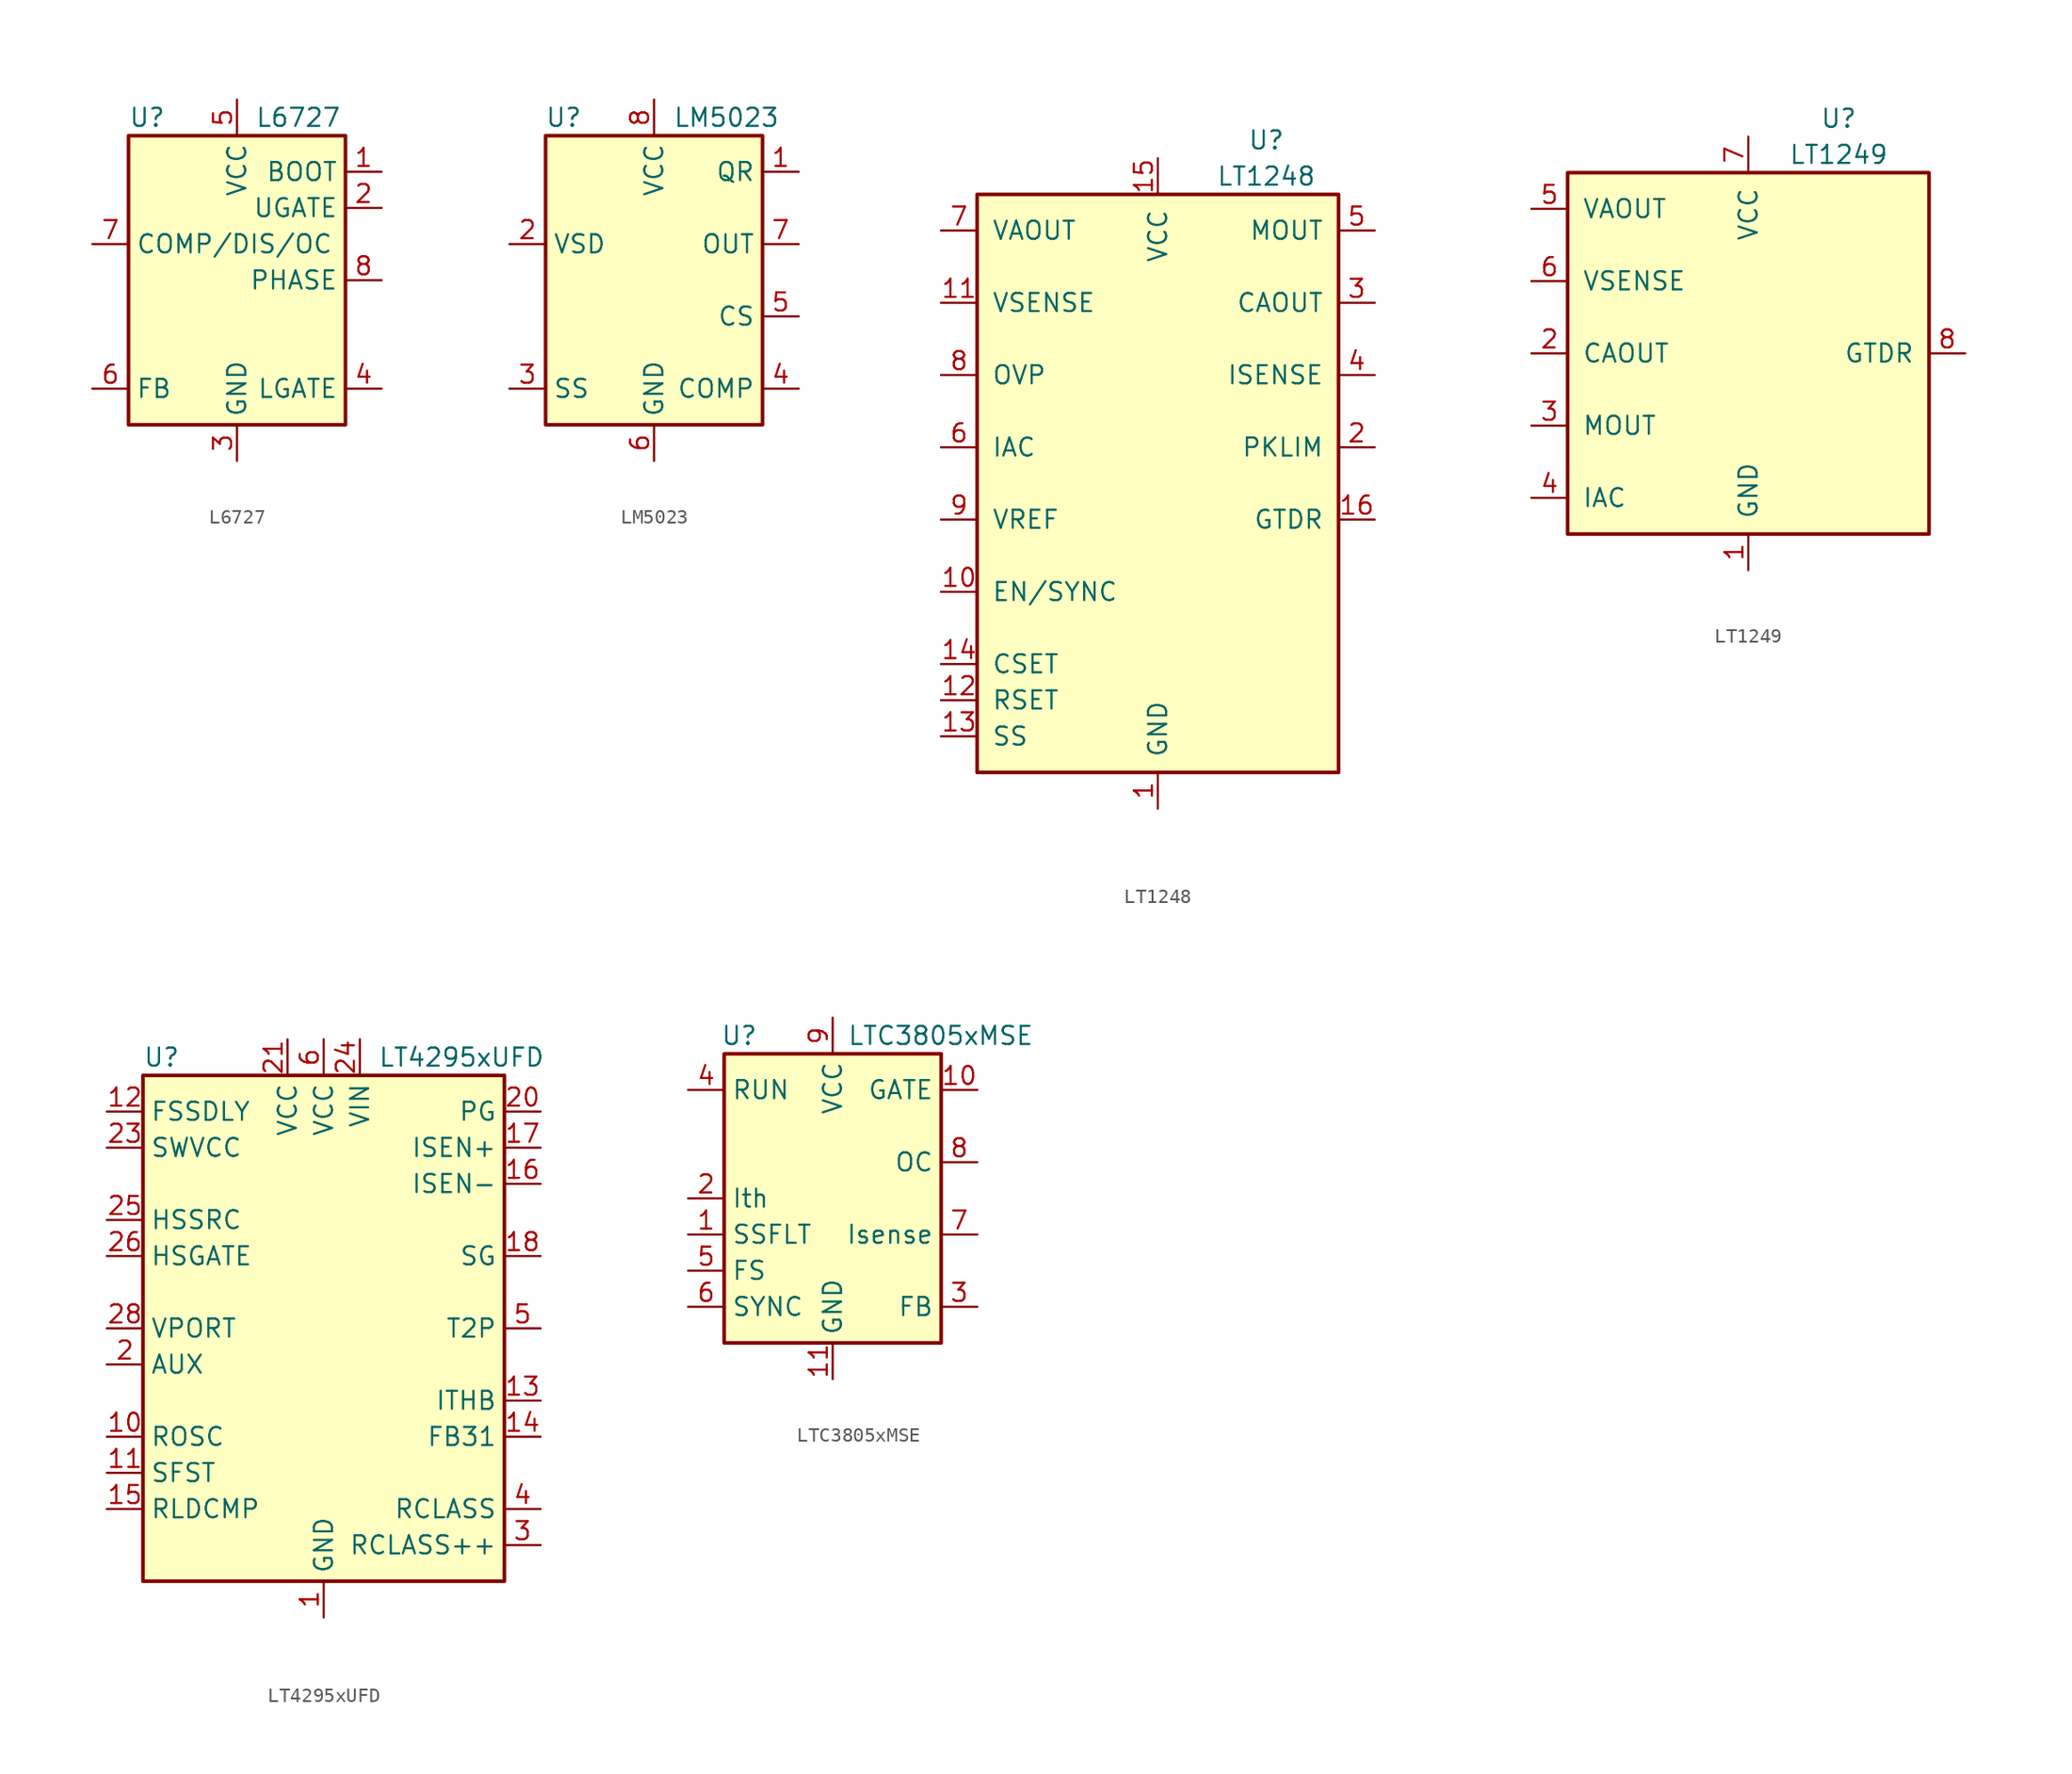
<source format=kicad_sym>
(kicad_symbol_lib
  (version 20220914)
  (generator kicad_symbol_editor)
  (symbol "L6727"
    (property "Reference" "U"
      (at -7.62 11.43 0)
      (effects (font (size 1.27 1.27)) (justify left)))
    (property "Value" "L6727"
      (at 1.27 11.43 0)
      (effects (font (size 1.27 1.27)) (justify left)))
    (symbol "L6727_0_0"
      (rectangle (start -7.62 10.16) (end 7.62 -10.16) (stroke (width 0.254) (type default)) (fill (type background))))
    (symbol "L6727_1_1"
      (pin input line (at 10.16 7.62 180) (length 2.54) (name "BOOT" (effects (font (size 1.27 1.27)))) (number "1" (effects (font (size 1.27 1.27)))))
      (pin output line (at 10.16 5.08 180) (length 2.54) (name "UGATE" (effects (font (size 1.27 1.27)))) (number "2" (effects (font (size 1.27 1.27)))))
      (pin power_in line (at 0 -12.7 90) (length 2.54) (name "GND" (effects (font (size 1.27 1.27)))) (number "3" (effects (font (size 1.27 1.27)))))
      (pin output line (at 10.16 -7.62 180) (length 2.54) (name "LGATE" (effects (font (size 1.27 1.27)))) (number "4" (effects (font (size 1.27 1.27)))))
      (pin power_in line (at 0 12.7 270) (length 2.54) (name "VCC" (effects (font (size 1.27 1.27)))) (number "5" (effects (font (size 1.27 1.27)))))
      (pin input line (at -10.16 -7.62 0) (length 2.54) (name "FB" (effects (font (size 1.27 1.27)))) (number "6" (effects (font (size 1.27 1.27)))))
      (pin input line (at -10.16 2.54 0) (length 2.54) (name "COMP/DIS/OC" (effects (font (size 1.27 1.27)))) (number "7" (effects (font (size 1.27 1.27)))))
      (pin passive line (at 10.16 0 180) (length 2.54) (name "PHASE" (effects (font (size 1.27 1.27)))) (number "8" (effects (font (size 1.27 1.27)))))))
  (symbol "LM5023"
    (property "Reference" "U"
      (at -6.35 11.43 0)
      (effects (font (size 1.27 1.27))))
    (property "Value" "LM5023"
      (at 5.08 11.43 0)
      (effects (font (size 1.27 1.27))))
    (symbol "LM5023_0_0"
      (pin input line (at 10.16 7.62 180) (length 2.54) (name "QR" (effects (font (size 1.27 1.27)))) (number "1" (effects (font (size 1.27 1.27)))))
      (pin output line (at -10.16 2.54 0) (length 2.54) (name "VSD" (effects (font (size 1.27 1.27)))) (number "2" (effects (font (size 1.27 1.27)))))
      (pin passive line (at -10.16 -7.62 0) (length 2.54) (name "SS" (effects (font (size 1.27 1.27)))) (number "3" (effects (font (size 1.27 1.27)))))
      (pin input line (at 10.16 -7.62 180) (length 2.54) (name "COMP" (effects (font (size 1.27 1.27)))) (number "4" (effects (font (size 1.27 1.27)))))
      (pin input line (at 10.16 -2.54 180) (length 2.54) (name "CS" (effects (font (size 1.27 1.27)))) (number "5" (effects (font (size 1.27 1.27)))))
      (pin power_in line (at 0 -12.7 90) (length 2.54) (name "GND" (effects (font (size 1.27 1.27)))) (number "6" (effects (font (size 1.27 1.27)))))
      (pin output line (at 10.16 2.54 180) (length 2.54) (name "OUT" (effects (font (size 1.27 1.27)))) (number "7" (effects (font (size 1.27 1.27)))))
      (pin power_in line (at 0 12.7 270) (length 2.54) (name "VCC" (effects (font (size 1.27 1.27)))) (number "8" (effects (font (size 1.27 1.27))))))
    (symbol "LM5023_0_1"
      (rectangle (start -7.62 10.16) (end 7.62 -10.16) (stroke (width 0.254) (type default)) (fill (type background)))))
  (symbol "LT1248"
    (pin_names
      (offset 1.016))
    (property "Reference" "U"
      (at 7.62 24.13 0)
      (effects (font (size 1.27 1.27))))
    (property "Value" "LT1248"
      (at 7.62 21.59 0)
      (effects (font (size 1.27 1.27))))
    (symbol "LT1248_0_1"
      (rectangle (start -12.7 20.32) (end 12.7 -20.32) (stroke (width 0.254) (type default)) (fill (type background))))
    (symbol "LT1248_1_1"
      (pin power_in line (at 0 -22.86 90) (length 2.54) (name "GND" (effects (font (size 1.27 1.27)))) (number "1" (effects (font (size 1.27 1.27)))))
      (pin input line (at -15.24 -7.62 0) (length 2.54) (name "EN/SYNC" (effects (font (size 1.27 1.27)))) (number "10" (effects (font (size 1.27 1.27)))))
      (pin input line (at -15.24 12.7 0) (length 2.54) (name "VSENSE" (effects (font (size 1.27 1.27)))) (number "11" (effects (font (size 1.27 1.27)))))
      (pin passive line (at -15.24 -15.24 0) (length 2.54) (name "RSET" (effects (font (size 1.27 1.27)))) (number "12" (effects (font (size 1.27 1.27)))))
      (pin passive line (at -15.24 -17.78 0) (length 2.54) (name "SS" (effects (font (size 1.27 1.27)))) (number "13" (effects (font (size 1.27 1.27)))))
      (pin passive line (at -15.24 -12.7 0) (length 2.54) (name "CSET" (effects (font (size 1.27 1.27)))) (number "14" (effects (font (size 1.27 1.27)))))
      (pin power_in line (at 0 22.86 270) (length 2.54) (name "VCC" (effects (font (size 1.27 1.27)))) (number "15" (effects (font (size 1.27 1.27)))))
      (pin output line (at 15.24 -2.54 180) (length 2.54) (name "GTDR" (effects (font (size 1.27 1.27)))) (number "16" (effects (font (size 1.27 1.27)))))
      (pin input line (at 15.24 2.54 180) (length 2.54) (name "PKLIM" (effects (font (size 1.27 1.27)))) (number "2" (effects (font (size 1.27 1.27)))))
      (pin output line (at 15.24 12.7 180) (length 2.54) (name "CAOUT" (effects (font (size 1.27 1.27)))) (number "3" (effects (font (size 1.27 1.27)))))
      (pin input line (at 15.24 7.62 180) (length 2.54) (name "ISENSE" (effects (font (size 1.27 1.27)))) (number "4" (effects (font (size 1.27 1.27)))))
      (pin input line (at 15.24 17.78 180) (length 2.54) (name "MOUT" (effects (font (size 1.27 1.27)))) (number "5" (effects (font (size 1.27 1.27)))))
      (pin input line (at -15.24 2.54 0) (length 2.54) (name "IAC" (effects (font (size 1.27 1.27)))) (number "6" (effects (font (size 1.27 1.27)))))
      (pin output line (at -15.24 17.78 0) (length 2.54) (name "VAOUT" (effects (font (size 1.27 1.27)))) (number "7" (effects (font (size 1.27 1.27)))))
      (pin input line (at -15.24 7.62 0) (length 2.54) (name "OVP" (effects (font (size 1.27 1.27)))) (number "8" (effects (font (size 1.27 1.27)))))
      (pin power_out line (at -15.24 -2.54 0) (length 2.54) (name "VREF" (effects (font (size 1.27 1.27)))) (number "9" (effects (font (size 1.27 1.27)))))))
  (symbol "LT1249"
    (pin_names
      (offset 1.016))
    (property "Reference" "U"
      (at 6.35 16.51 0)
      (effects (font (size 1.27 1.27))))
    (property "Value" "LT1249"
      (at 6.35 13.97 0)
      (effects (font (size 1.27 1.27))))
    (symbol "LT1249_0_1"
      (rectangle (start -12.7 12.7) (end 12.7 -12.7) (stroke (width 0.254) (type default)) (fill (type background))))
    (symbol "LT1249_1_1"
      (pin power_in line (at 0 -15.24 90) (length 2.54) (name "GND" (effects (font (size 1.27 1.27)))) (number "1" (effects (font (size 1.27 1.27)))))
      (pin output line (at -15.24 0 0) (length 2.54) (name "CAOUT" (effects (font (size 1.27 1.27)))) (number "2" (effects (font (size 1.27 1.27)))))
      (pin input line (at -15.24 -5.08 0) (length 2.54) (name "MOUT" (effects (font (size 1.27 1.27)))) (number "3" (effects (font (size 1.27 1.27)))))
      (pin input line (at -15.24 -10.16 0) (length 2.54) (name "IAC" (effects (font (size 1.27 1.27)))) (number "4" (effects (font (size 1.27 1.27)))))
      (pin output line (at -15.24 10.16 0) (length 2.54) (name "VAOUT" (effects (font (size 1.27 1.27)))) (number "5" (effects (font (size 1.27 1.27)))))
      (pin input line (at -15.24 5.08 0) (length 2.54) (name "VSENSE" (effects (font (size 1.27 1.27)))) (number "6" (effects (font (size 1.27 1.27)))))
      (pin power_in line (at 0 15.24 270) (length 2.54) (name "VCC" (effects (font (size 1.27 1.27)))) (number "7" (effects (font (size 1.27 1.27)))))
      (pin output line (at 15.24 0 180) (length 2.54) (name "GTDR" (effects (font (size 1.27 1.27)))) (number "8" (effects (font (size 1.27 1.27)))))))
  (symbol "LT4295xUFD"
    (property "Reference" "U"
      (at -12.7 19.05 0)
      (effects (font (size 1.27 1.27)) (justify left)))
    (property "Value" "LT4295xUFD"
      (at 3.81 19.05 0)
      (effects (font (size 1.27 1.27)) (justify left)))
    (symbol "LT4295xUFD_0_1"
      (rectangle (start -12.7 17.78) (end 12.7 -17.78) (stroke (width 0.254) (type default)) (fill (type background))))
    (symbol "LT4295xUFD_1_1"
      (pin power_in line (at 0 -20.32 90) (length 2.54) (name "GND" (effects (font (size 1.27 1.27)))) (number "1" (effects (font (size 1.27 1.27)))))
      (pin passive line (at -15.24 -7.62 0) (length 2.54) (name "ROSC" (effects (font (size 1.27 1.27)))) (number "10" (effects (font (size 1.27 1.27)))))
      (pin passive line (at -15.24 -10.16 0) (length 2.54) (name "SFST" (effects (font (size 1.27 1.27)))) (number "11" (effects (font (size 1.27 1.27)))))
      (pin input line (at -15.24 15.24 0) (length 2.54) (name "FSSDLY" (effects (font (size 1.27 1.27)))) (number "12" (effects (font (size 1.27 1.27)))))
      (pin input line (at 15.24 -5.08 180) (length 2.54) (name "ITHB" (effects (font (size 1.27 1.27)))) (number "13" (effects (font (size 1.27 1.27)))))
      (pin passive line (at 15.24 -7.62 180) (length 2.54) (name "FB31" (effects (font (size 1.27 1.27)))) (number "14" (effects (font (size 1.27 1.27)))))
      (pin passive line (at -15.24 -12.7 0) (length 2.54) (name "RLDCMP" (effects (font (size 1.27 1.27)))) (number "15" (effects (font (size 1.27 1.27)))))
      (pin passive line (at 15.24 10.16 180) (length 2.54) (name "ISEN-" (effects (font (size 1.27 1.27)))) (number "16" (effects (font (size 1.27 1.27)))))
      (pin passive line (at 15.24 12.7 180) (length 2.54) (name "ISEN+" (effects (font (size 1.27 1.27)))) (number "17" (effects (font (size 1.27 1.27)))))
      (pin output line (at 15.24 5.08 180) (length 2.54) (name "SG" (effects (font (size 1.27 1.27)))) (number "18" (effects (font (size 1.27 1.27)))))
      (pin passive line (at 0 -20.32 90) (length 2.54) hide (name "GND" (effects (font (size 1.27 1.27)))) (number "19" (effects (font (size 1.27 1.27)))))
      (pin input line (at -15.24 -2.54 0) (length 2.54) (name "AUX" (effects (font (size 1.27 1.27)))) (number "2" (effects (font (size 1.27 1.27)))))
      (pin output line (at 15.24 15.24 180) (length 2.54) (name "PG" (effects (font (size 1.27 1.27)))) (number "20" (effects (font (size 1.27 1.27)))))
      (pin power_in line (at -2.54 20.32 270) (length 2.54) (name "VCC" (effects (font (size 1.27 1.27)))) (number "21" (effects (font (size 1.27 1.27)))))
      (pin no_connect line (at -12.7 -15.24 0) (length 2.54) hide (name "DNC" (effects (font (size 1.27 1.27)))) (number "22" (effects (font (size 1.27 1.27)))))
      (pin output line (at -15.24 12.7 0) (length 2.54) (name "SWVCC" (effects (font (size 1.27 1.27)))) (number "23" (effects (font (size 1.27 1.27)))))
      (pin power_in line (at 2.54 20.32 270) (length 2.54) (name "VIN" (effects (font (size 1.27 1.27)))) (number "24" (effects (font (size 1.27 1.27)))))
      (pin input line (at -15.24 7.62 0) (length 2.54) (name "HSSRC" (effects (font (size 1.27 1.27)))) (number "25" (effects (font (size 1.27 1.27)))))
      (pin output line (at -15.24 5.08 0) (length 2.54) (name "HSGATE" (effects (font (size 1.27 1.27)))) (number "26" (effects (font (size 1.27 1.27)))))
      (pin no_connect line (at -12.7 -17.78 0) (length 2.54) hide (name "NC" (effects (font (size 1.27 1.27)))) (number "27" (effects (font (size 1.27 1.27)))))
      (pin input line (at -15.24 0 0) (length 2.54) (name "VPORT" (effects (font (size 1.27 1.27)))) (number "28" (effects (font (size 1.27 1.27)))))
      (pin passive line (at 0 -20.32 90) (length 2.54) hide (name "GND" (effects (font (size 1.27 1.27)))) (number "29" (effects (font (size 1.27 1.27)))))
      (pin passive line (at 15.24 -15.24 180) (length 2.54) (name "RCLASS++" (effects (font (size 1.27 1.27)))) (number "3" (effects (font (size 1.27 1.27)))))
      (pin passive line (at 15.24 -12.7 180) (length 2.54) (name "RCLASS" (effects (font (size 1.27 1.27)))) (number "4" (effects (font (size 1.27 1.27)))))
      (pin open_collector line (at 15.24 0 180) (length 2.54) (name "T2P" (effects (font (size 1.27 1.27)))) (number "5" (effects (font (size 1.27 1.27)))))
      (pin power_in line (at 0 20.32 270) (length 2.54) (name "VCC" (effects (font (size 1.27 1.27)))) (number "6" (effects (font (size 1.27 1.27)))))
      (pin passive line (at 0 20.32 270) (length 2.54) hide (name "VCC" (effects (font (size 1.27 1.27)))) (number "7" (effects (font (size 1.27 1.27)))))
      (pin passive line (at 0 20.32 270) (length 2.54) hide (name "VCC" (effects (font (size 1.27 1.27)))) (number "8" (effects (font (size 1.27 1.27)))))
      (pin passive line (at 0 20.32 270) (length 2.54) hide (name "VCC" (effects (font (size 1.27 1.27)))) (number "9" (effects (font (size 1.27 1.27)))))))
  (symbol "LTC3805xMSE"
    (property "Reference" "U"
      (at -7.874 11.43 0)
      (effects (font (size 1.27 1.27)) (justify left)))
    (property "Value" "LTC3805xMSE"
      (at 1.016 11.43 0)
      (effects (font (size 1.27 1.27)) (justify left)))
    (symbol "LTC3805xMSE_0_1"
      (rectangle (start -7.62 10.16) (end 7.62 -10.16) (stroke (width 0.254) (type default)) (fill (type background))))
    (symbol "LTC3805xMSE_1_1"
      (pin passive line (at -10.16 -2.54 0) (length 2.54) (name "SSFLT" (effects (font (size 1.27 1.27)))) (number "1" (effects (font (size 1.27 1.27)))))
      (pin output line (at 10.16 7.62 180) (length 2.54) (name "GATE" (effects (font (size 1.27 1.27)))) (number "10" (effects (font (size 1.27 1.27)))))
      (pin power_in line (at 0 -12.7 90) (length 2.54) (name "GND" (effects (font (size 1.27 1.27)))) (number "11" (effects (font (size 1.27 1.27)))))
      (pin passive line (at -10.16 0 0) (length 2.54) (name "Ith" (effects (font (size 1.27 1.27)))) (number "2" (effects (font (size 1.27 1.27)))))
      (pin input line (at 10.16 -7.62 180) (length 2.54) (name "FB" (effects (font (size 1.27 1.27)))) (number "3" (effects (font (size 1.27 1.27)))))
      (pin input line (at -10.16 7.62 0) (length 2.54) (name "RUN" (effects (font (size 1.27 1.27)))) (number "4" (effects (font (size 1.27 1.27)))))
      (pin passive line (at -10.16 -5.08 0) (length 2.54) (name "FS" (effects (font (size 1.27 1.27)))) (number "5" (effects (font (size 1.27 1.27)))))
      (pin input line (at -10.16 -7.62 0) (length 2.54) (name "SYNC" (effects (font (size 1.27 1.27)))) (number "6" (effects (font (size 1.27 1.27)))))
      (pin input line (at 10.16 -2.54 180) (length 2.54) (name "Isense" (effects (font (size 1.27 1.27)))) (number "7" (effects (font (size 1.27 1.27)))))
      (pin input line (at 10.16 2.54 180) (length 2.54) (name "OC" (effects (font (size 1.27 1.27)))) (number "8" (effects (font (size 1.27 1.27)))))
      (pin power_in line (at 0 12.7 270) (length 2.54) (name "VCC" (effects (font (size 1.27 1.27)))) (number "9" (effects (font (size 1.27 1.27))))))))
</source>
